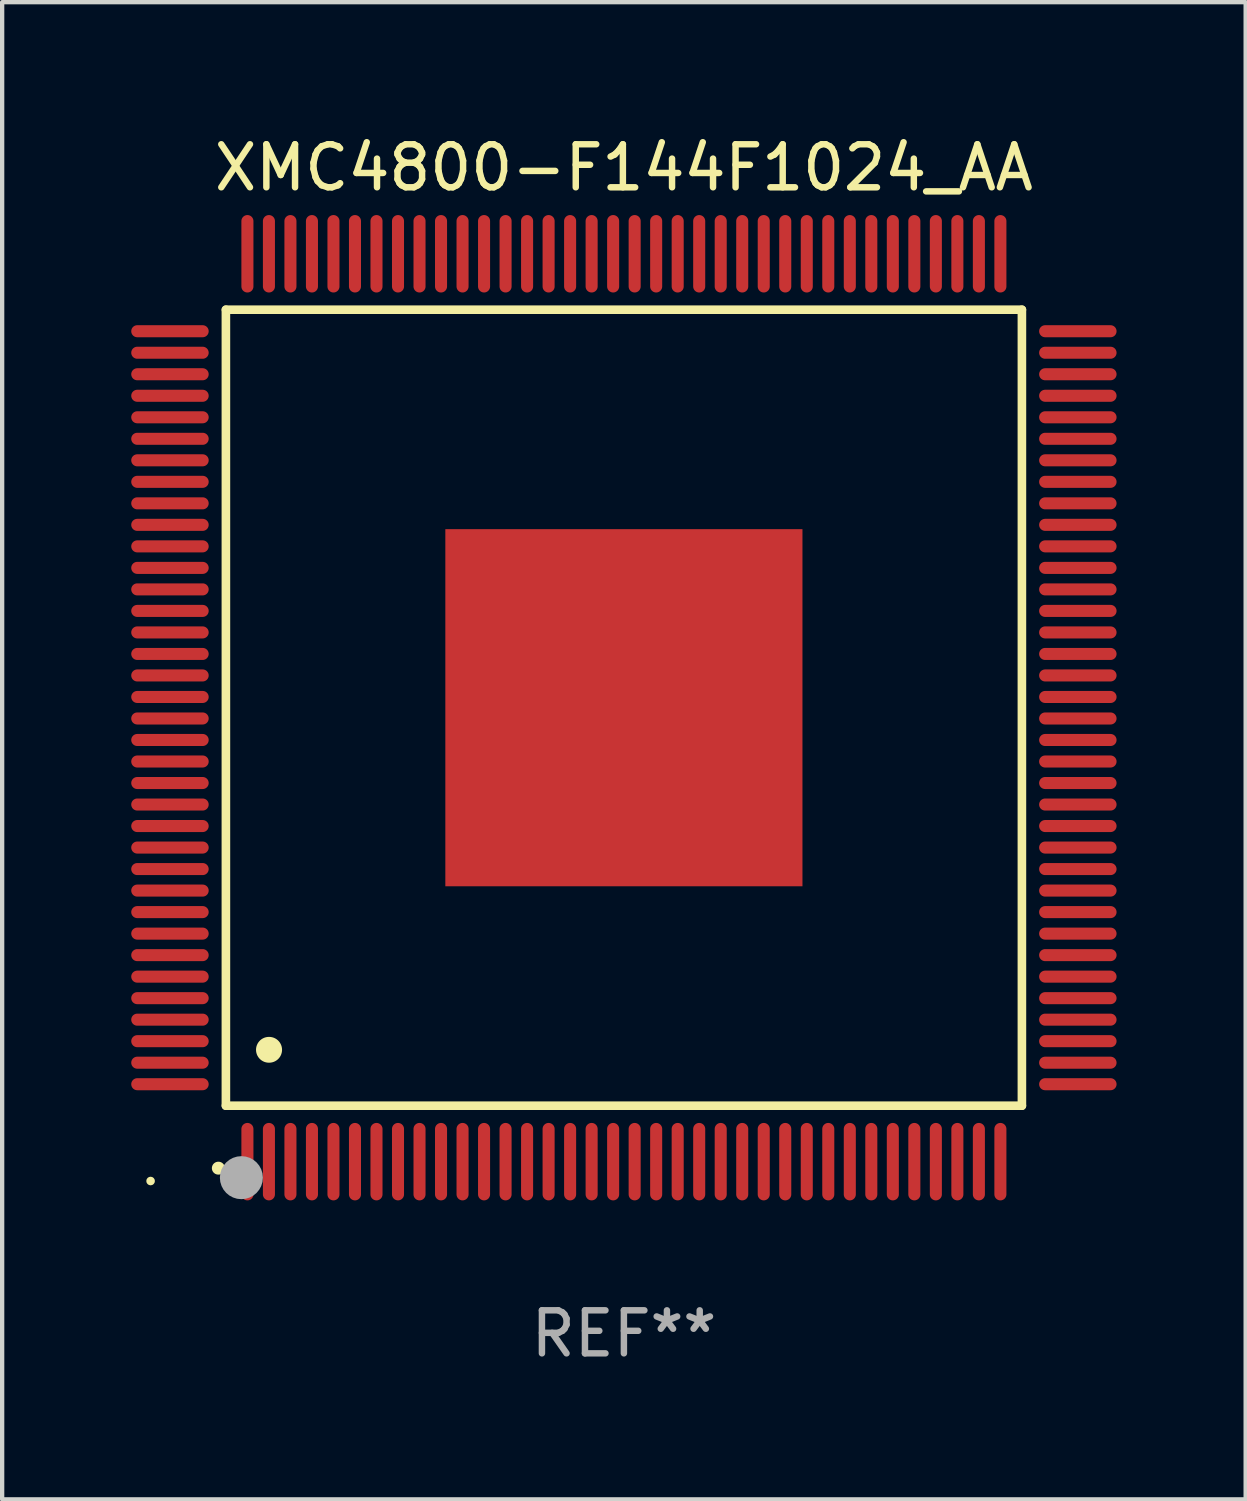
<source format=kicad_pcb>
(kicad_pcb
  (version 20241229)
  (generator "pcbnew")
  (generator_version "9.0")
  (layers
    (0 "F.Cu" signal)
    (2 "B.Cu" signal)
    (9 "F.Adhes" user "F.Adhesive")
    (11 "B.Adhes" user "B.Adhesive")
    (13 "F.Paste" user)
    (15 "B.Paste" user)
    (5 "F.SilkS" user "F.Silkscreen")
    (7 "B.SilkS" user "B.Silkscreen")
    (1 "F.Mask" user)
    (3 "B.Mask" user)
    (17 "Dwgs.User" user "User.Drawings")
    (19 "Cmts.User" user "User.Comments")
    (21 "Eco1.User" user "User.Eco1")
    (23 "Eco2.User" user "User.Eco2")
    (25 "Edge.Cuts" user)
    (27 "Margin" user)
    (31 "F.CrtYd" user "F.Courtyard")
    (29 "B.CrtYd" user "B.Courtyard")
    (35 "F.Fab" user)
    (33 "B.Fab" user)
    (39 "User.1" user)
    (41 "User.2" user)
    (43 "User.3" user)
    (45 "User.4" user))
  (footprint "XMC4800-F144F1024_AA"
    (layer "F.Cu")
    (at 11.45 13.398)
    (property "Reference" "XMC4800-F144F1024_AA" (at 0 -12.55 0) (layer "F.SilkS") (effects (font (size 1 1) (thickness 0.15))))
    (attr through_hole)
    (fp_line (start -9.25 -9.25) (end 9.25 -9.25) (stroke (width 0.2) (type solid)) (layer "F.SilkS"))
    (fp_line (start -9.25 9.25) (end -9.25 -9.25) (stroke (width 0.2) (type solid)) (layer "F.SilkS"))
    (fp_line (start 9.25 -9.25) (end 9.25 9.25) (stroke (width 0.2) (type solid)) (layer "F.SilkS"))
    (fp_line (start 9.25 9.25) (end -9.25 9.25) (stroke (width 0.2) (type solid)) (layer "F.SilkS"))
    (fp_arc (start -9.425959 10.701041) (mid -9.424689 10.701036) (end -9.423419 10.701041) (stroke (width 0.3) (type solid)) (layer "F.SilkS"))
    (fp_arc (start -8.249936 7.950216) (mid -8.247396 7.950205) (end -8.244856 7.950216) (stroke (width 0.6) (type solid)) (layer "F.SilkS"))
    (fp_circle (center -11 11) (end -10.95 11) (stroke (width 0.1) (type solid)) (fill no) (layer "F.SilkS"))
    (fp_circle (center -8.89 10.922) (end -8.64 10.922) (stroke (width 0.5) (type solid)) (fill no) (layer "F.Fab"))
    (fp_text user "REF**" (at 0 14.55 0) (layer "F.Fab") (effects (font (size 1 1) (thickness 0.15))))
    (pad "1" smd oval (at -8.75 10.55) (size 0.28 1.8) (layers "F.Cu" "F.Mask" "F.Paste"))
    (pad "2" smd oval (at -8.25 10.55) (size 0.28 1.8) (layers "F.Cu" "F.Mask" "F.Paste"))
    (pad "3" smd oval (at -7.75 10.55) (size 0.28 1.8) (layers "F.Cu" "F.Mask" "F.Paste"))
    (pad "4" smd oval (at -7.25 10.55) (size 0.28 1.8) (layers "F.Cu" "F.Mask" "F.Paste"))
    (pad "5" smd oval (at -6.75 10.55) (size 0.28 1.8) (layers "F.Cu" "F.Mask" "F.Paste"))
    (pad "6" smd oval (at -6.25 10.55) (size 0.28 1.8) (layers "F.Cu" "F.Mask" "F.Paste"))
    (pad "7" smd oval (at -5.75 10.55) (size 0.28 1.8) (layers "F.Cu" "F.Mask" "F.Paste"))
    (pad "8" smd oval (at -5.25 10.55) (size 0.28 1.8) (layers "F.Cu" "F.Mask" "F.Paste"))
    (pad "9" smd oval (at -4.75 10.55) (size 0.28 1.8) (layers "F.Cu" "F.Mask" "F.Paste"))
    (pad "10" smd oval (at -4.25 10.55) (size 0.28 1.8) (layers "F.Cu" "F.Mask" "F.Paste"))
    (pad "11" smd oval (at -3.75 10.55) (size 0.28 1.8) (layers "F.Cu" "F.Mask" "F.Paste"))
    (pad "12" smd oval (at -3.25 10.55) (size 0.28 1.8) (layers "F.Cu" "F.Mask" "F.Paste"))
    (pad "13" smd oval (at -2.75 10.55) (size 0.28 1.8) (layers "F.Cu" "F.Mask" "F.Paste"))
    (pad "14" smd oval (at -2.25 10.55) (size 0.28 1.8) (layers "F.Cu" "F.Mask" "F.Paste"))
    (pad "15" smd oval (at -1.75 10.55) (size 0.28 1.8) (layers "F.Cu" "F.Mask" "F.Paste"))
    (pad "16" smd oval (at -1.25 10.55) (size 0.28 1.8) (layers "F.Cu" "F.Mask" "F.Paste"))
    (pad "17" smd oval (at -0.75 10.55) (size 0.28 1.8) (layers "F.Cu" "F.Mask" "F.Paste"))
    (pad "18" smd oval (at -0.25 10.55) (size 0.28 1.8) (layers "F.Cu" "F.Mask" "F.Paste"))
    (pad "19" smd oval (at 0.25 10.55) (size 0.28 1.8) (layers "F.Cu" "F.Mask" "F.Paste"))
    (pad "20" smd oval (at 0.75 10.55) (size 0.28 1.8) (layers "F.Cu" "F.Mask" "F.Paste"))
    (pad "21" smd oval (at 1.25 10.55) (size 0.28 1.8) (layers "F.Cu" "F.Mask" "F.Paste"))
    (pad "22" smd oval (at 1.75 10.55) (size 0.28 1.8) (layers "F.Cu" "F.Mask" "F.Paste"))
    (pad "23" smd oval (at 2.25 10.55) (size 0.28 1.8) (layers "F.Cu" "F.Mask" "F.Paste"))
    (pad "24" smd oval (at 2.75 10.55) (size 0.28 1.8) (layers "F.Cu" "F.Mask" "F.Paste"))
    (pad "25" smd oval (at 3.25 10.55) (size 0.28 1.8) (layers "F.Cu" "F.Mask" "F.Paste"))
    (pad "26" smd oval (at 3.75 10.55) (size 0.28 1.8) (layers "F.Cu" "F.Mask" "F.Paste"))
    (pad "27" smd oval (at 4.25 10.55) (size 0.28 1.8) (layers "F.Cu" "F.Mask" "F.Paste"))
    (pad "28" smd oval (at 4.75 10.55) (size 0.28 1.8) (layers "F.Cu" "F.Mask" "F.Paste"))
    (pad "29" smd oval (at 5.25 10.55) (size 0.28 1.8) (layers "F.Cu" "F.Mask" "F.Paste"))
    (pad "30" smd oval (at 5.75 10.55) (size 0.28 1.8) (layers "F.Cu" "F.Mask" "F.Paste"))
    (pad "31" smd oval (at 6.25 10.55) (size 0.28 1.8) (layers "F.Cu" "F.Mask" "F.Paste"))
    (pad "32" smd oval (at 6.75 10.55) (size 0.28 1.8) (layers "F.Cu" "F.Mask" "F.Paste"))
    (pad "33" smd oval (at 7.25 10.55) (size 0.28 1.8) (layers "F.Cu" "F.Mask" "F.Paste"))
    (pad "34" smd oval (at 7.75 10.55) (size 0.28 1.8) (layers "F.Cu" "F.Mask" "F.Paste"))
    (pad "35" smd oval (at 8.25 10.55) (size 0.28 1.8) (layers "F.Cu" "F.Mask" "F.Paste"))
    (pad "36" smd oval (at 8.75 10.55) (size 0.28 1.8) (layers "F.Cu" "F.Mask" "F.Paste"))
    (pad "37" smd oval (at 10.55 8.75) (size 1.8 0.28) (layers "F.Cu" "F.Mask" "F.Paste"))
    (pad "38" smd oval (at 10.55 8.25) (size 1.8 0.28) (layers "F.Cu" "F.Mask" "F.Paste"))
    (pad "39" smd oval (at 10.55 7.75) (size 1.8 0.28) (layers "F.Cu" "F.Mask" "F.Paste"))
    (pad "40" smd oval (at 10.55 7.25) (size 1.8 0.28) (layers "F.Cu" "F.Mask" "F.Paste"))
    (pad "41" smd oval (at 10.55 6.75) (size 1.8 0.28) (layers "F.Cu" "F.Mask" "F.Paste"))
    (pad "42" smd oval (at 10.55 6.25) (size 1.8 0.28) (layers "F.Cu" "F.Mask" "F.Paste"))
    (pad "43" smd oval (at 10.55 5.75) (size 1.8 0.28) (layers "F.Cu" "F.Mask" "F.Paste"))
    (pad "44" smd oval (at 10.55 5.25) (size 1.8 0.28) (layers "F.Cu" "F.Mask" "F.Paste"))
    (pad "45" smd oval (at 10.55 4.75) (size 1.8 0.28) (layers "F.Cu" "F.Mask" "F.Paste"))
    (pad "46" smd oval (at 10.55 4.25) (size 1.8 0.28) (layers "F.Cu" "F.Mask" "F.Paste"))
    (pad "47" smd oval (at 10.55 3.75) (size 1.8 0.28) (layers "F.Cu" "F.Mask" "F.Paste"))
    (pad "48" smd oval (at 10.55 3.25) (size 1.8 0.28) (layers "F.Cu" "F.Mask" "F.Paste"))
    (pad "49" smd oval (at 10.55 2.75) (size 1.8 0.28) (layers "F.Cu" "F.Mask" "F.Paste"))
    (pad "50" smd oval (at 10.55 2.25) (size 1.8 0.28) (layers "F.Cu" "F.Mask" "F.Paste"))
    (pad "51" smd oval (at 10.55 1.75) (size 1.8 0.28) (layers "F.Cu" "F.Mask" "F.Paste"))
    (pad "52" smd oval (at 10.55 1.25) (size 1.8 0.28) (layers "F.Cu" "F.Mask" "F.Paste"))
    (pad "53" smd oval (at 10.55 0.75) (size 1.8 0.28) (layers "F.Cu" "F.Mask" "F.Paste"))
    (pad "54" smd oval (at 10.55 0.25) (size 1.8 0.28) (layers "F.Cu" "F.Mask" "F.Paste"))
    (pad "55" smd oval (at 10.55 -0.25) (size 1.8 0.28) (layers "F.Cu" "F.Mask" "F.Paste"))
    (pad "56" smd oval (at 10.55 -0.75) (size 1.8 0.28) (layers "F.Cu" "F.Mask" "F.Paste"))
    (pad "57" smd oval (at 10.55 -1.25) (size 1.8 0.28) (layers "F.Cu" "F.Mask" "F.Paste"))
    (pad "58" smd oval (at 10.55 -1.75) (size 1.8 0.28) (layers "F.Cu" "F.Mask" "F.Paste"))
    (pad "59" smd oval (at 10.55 -2.25) (size 1.8 0.28) (layers "F.Cu" "F.Mask" "F.Paste"))
    (pad "60" smd oval (at 10.55 -2.75) (size 1.8 0.28) (layers "F.Cu" "F.Mask" "F.Paste"))
    (pad "61" smd oval (at 10.55 -3.25) (size 1.8 0.28) (layers "F.Cu" "F.Mask" "F.Paste"))
    (pad "62" smd oval (at 10.55 -3.75) (size 1.8 0.28) (layers "F.Cu" "F.Mask" "F.Paste"))
    (pad "63" smd oval (at 10.55 -4.25) (size 1.8 0.28) (layers "F.Cu" "F.Mask" "F.Paste"))
    (pad "64" smd oval (at 10.55 -4.75) (size 1.8 0.28) (layers "F.Cu" "F.Mask" "F.Paste"))
    (pad "65" smd oval (at 10.55 -5.25) (size 1.8 0.28) (layers "F.Cu" "F.Mask" "F.Paste"))
    (pad "66" smd oval (at 10.55 -5.75) (size 1.8 0.28) (layers "F.Cu" "F.Mask" "F.Paste"))
    (pad "67" smd oval (at 10.55 -6.25) (size 1.8 0.28) (layers "F.Cu" "F.Mask" "F.Paste"))
    (pad "68" smd oval (at 10.55 -6.75) (size 1.8 0.28) (layers "F.Cu" "F.Mask" "F.Paste"))
    (pad "69" smd oval (at 10.55 -7.25) (size 1.8 0.28) (layers "F.Cu" "F.Mask" "F.Paste"))
    (pad "70" smd oval (at 10.55 -7.75) (size 1.8 0.28) (layers "F.Cu" "F.Mask" "F.Paste"))
    (pad "71" smd oval (at 10.55 -8.25) (size 1.8 0.28) (layers "F.Cu" "F.Mask" "F.Paste"))
    (pad "72" smd oval (at 10.55 -8.75) (size 1.8 0.28) (layers "F.Cu" "F.Mask" "F.Paste"))
    (pad "73" smd oval (at 8.75 -10.55) (size 0.28 1.8) (layers "F.Cu" "F.Mask" "F.Paste"))
    (pad "74" smd oval (at 8.25 -10.55) (size 0.28 1.8) (layers "F.Cu" "F.Mask" "F.Paste"))
    (pad "75" smd oval (at 7.75 -10.55) (size 0.28 1.8) (layers "F.Cu" "F.Mask" "F.Paste"))
    (pad "76" smd oval (at 7.25 -10.55) (size 0.28 1.8) (layers "F.Cu" "F.Mask" "F.Paste"))
    (pad "77" smd oval (at 6.75 -10.55) (size 0.28 1.8) (layers "F.Cu" "F.Mask" "F.Paste"))
    (pad "78" smd oval (at 6.25 -10.55) (size 0.28 1.8) (layers "F.Cu" "F.Mask" "F.Paste"))
    (pad "79" smd oval (at 5.75 -10.55) (size 0.28 1.8) (layers "F.Cu" "F.Mask" "F.Paste"))
    (pad "80" smd oval (at 5.25 -10.55) (size 0.28 1.8) (layers "F.Cu" "F.Mask" "F.Paste"))
    (pad "81" smd oval (at 4.75 -10.55) (size 0.28 1.8) (layers "F.Cu" "F.Mask" "F.Paste"))
    (pad "82" smd oval (at 4.25 -10.55) (size 0.28 1.8) (layers "F.Cu" "F.Mask" "F.Paste"))
    (pad "83" smd oval (at 3.75 -10.55) (size 0.28 1.8) (layers "F.Cu" "F.Mask" "F.Paste"))
    (pad "84" smd oval (at 3.25 -10.55) (size 0.28 1.8) (layers "F.Cu" "F.Mask" "F.Paste"))
    (pad "85" smd oval (at 2.75 -10.55) (size 0.28 1.8) (layers "F.Cu" "F.Mask" "F.Paste"))
    (pad "86" smd oval (at 2.25 -10.55) (size 0.28 1.8) (layers "F.Cu" "F.Mask" "F.Paste"))
    (pad "87" smd oval (at 1.75 -10.55) (size 0.28 1.8) (layers "F.Cu" "F.Mask" "F.Paste"))
    (pad "88" smd oval (at 1.25 -10.55) (size 0.28 1.8) (layers "F.Cu" "F.Mask" "F.Paste"))
    (pad "89" smd oval (at 0.75 -10.55) (size 0.28 1.8) (layers "F.Cu" "F.Mask" "F.Paste"))
    (pad "90" smd oval (at 0.25 -10.55) (size 0.28 1.8) (layers "F.Cu" "F.Mask" "F.Paste"))
    (pad "91" smd oval (at -0.25 -10.55) (size 0.28 1.8) (layers "F.Cu" "F.Mask" "F.Paste"))
    (pad "92" smd oval (at -0.75 -10.55) (size 0.28 1.8) (layers "F.Cu" "F.Mask" "F.Paste"))
    (pad "93" smd oval (at -1.25 -10.55) (size 0.28 1.8) (layers "F.Cu" "F.Mask" "F.Paste"))
    (pad "94" smd oval (at -1.75 -10.55) (size 0.28 1.8) (layers "F.Cu" "F.Mask" "F.Paste"))
    (pad "95" smd oval (at -2.25 -10.55) (size 0.28 1.8) (layers "F.Cu" "F.Mask" "F.Paste"))
    (pad "96" smd oval (at -2.75 -10.55) (size 0.28 1.8) (layers "F.Cu" "F.Mask" "F.Paste"))
    (pad "97" smd oval (at -3.25 -10.55) (size 0.28 1.8) (layers "F.Cu" "F.Mask" "F.Paste"))
    (pad "98" smd oval (at -3.75 -10.55) (size 0.28 1.8) (layers "F.Cu" "F.Mask" "F.Paste"))
    (pad "99" smd oval (at -4.25 -10.55) (size 0.28 1.8) (layers "F.Cu" "F.Mask" "F.Paste"))
    (pad "100" smd oval (at -4.75 -10.55) (size 0.28 1.8) (layers "F.Cu" "F.Mask" "F.Paste"))
    (pad "101" smd oval (at -5.25 -10.55) (size 0.28 1.8) (layers "F.Cu" "F.Mask" "F.Paste"))
    (pad "102" smd oval (at -5.75 -10.55) (size 0.28 1.8) (layers "F.Cu" "F.Mask" "F.Paste"))
    (pad "103" smd oval (at -6.25 -10.55) (size 0.28 1.8) (layers "F.Cu" "F.Mask" "F.Paste"))
    (pad "104" smd oval (at -6.75 -10.55) (size 0.28 1.8) (layers "F.Cu" "F.Mask" "F.Paste"))
    (pad "105" smd oval (at -7.25 -10.55) (size 0.28 1.8) (layers "F.Cu" "F.Mask" "F.Paste"))
    (pad "106" smd oval (at -7.75 -10.55) (size 0.28 1.8) (layers "F.Cu" "F.Mask" "F.Paste"))
    (pad "107" smd oval (at -8.25 -10.55) (size 0.28 1.8) (layers "F.Cu" "F.Mask" "F.Paste"))
    (pad "108" smd oval (at -8.75 -10.55) (size 0.28 1.8) (layers "F.Cu" "F.Mask" "F.Paste"))
    (pad "109" smd oval (at -10.55 -8.75) (size 1.8 0.28) (layers "F.Cu" "F.Mask" "F.Paste"))
    (pad "110" smd oval (at -10.55 -8.25) (size 1.8 0.28) (layers "F.Cu" "F.Mask" "F.Paste"))
    (pad "111" smd oval (at -10.55 -7.75) (size 1.8 0.28) (layers "F.Cu" "F.Mask" "F.Paste"))
    (pad "112" smd oval (at -10.55 -7.25) (size 1.8 0.28) (layers "F.Cu" "F.Mask" "F.Paste"))
    (pad "113" smd oval (at -10.55 -6.75) (size 1.8 0.28) (layers "F.Cu" "F.Mask" "F.Paste"))
    (pad "114" smd oval (at -10.55 -6.25) (size 1.8 0.28) (layers "F.Cu" "F.Mask" "F.Paste"))
    (pad "115" smd oval (at -10.55 -5.75) (size 1.8 0.28) (layers "F.Cu" "F.Mask" "F.Paste"))
    (pad "116" smd oval (at -10.55 -5.25) (size 1.8 0.28) (layers "F.Cu" "F.Mask" "F.Paste"))
    (pad "117" smd oval (at -10.55 -4.75) (size 1.8 0.28) (layers "F.Cu" "F.Mask" "F.Paste"))
    (pad "118" smd oval (at -10.55 -4.25) (size 1.8 0.28) (layers "F.Cu" "F.Mask" "F.Paste"))
    (pad "119" smd oval (at -10.55 -3.75) (size 1.8 0.28) (layers "F.Cu" "F.Mask" "F.Paste"))
    (pad "120" smd oval (at -10.55 -3.25) (size 1.8 0.28) (layers "F.Cu" "F.Mask" "F.Paste"))
    (pad "121" smd oval (at -10.55 -2.75) (size 1.8 0.28) (layers "F.Cu" "F.Mask" "F.Paste"))
    (pad "122" smd oval (at -10.55 -2.25) (size 1.8 0.28) (layers "F.Cu" "F.Mask" "F.Paste"))
    (pad "123" smd oval (at -10.55 -1.75) (size 1.8 0.28) (layers "F.Cu" "F.Mask" "F.Paste"))
    (pad "124" smd oval (at -10.55 -1.25) (size 1.8 0.28) (layers "F.Cu" "F.Mask" "F.Paste"))
    (pad "125" smd oval (at -10.55 -0.75) (size 1.8 0.28) (layers "F.Cu" "F.Mask" "F.Paste"))
    (pad "126" smd oval (at -10.55 -0.25) (size 1.8 0.28) (layers "F.Cu" "F.Mask" "F.Paste"))
    (pad "127" smd oval (at -10.55 0.25) (size 1.8 0.28) (layers "F.Cu" "F.Mask" "F.Paste"))
    (pad "128" smd oval (at -10.55 0.75) (size 1.8 0.28) (layers "F.Cu" "F.Mask" "F.Paste"))
    (pad "129" smd oval (at -10.55 1.25) (size 1.8 0.28) (layers "F.Cu" "F.Mask" "F.Paste"))
    (pad "130" smd oval (at -10.55 1.75) (size 1.8 0.28) (layers "F.Cu" "F.Mask" "F.Paste"))
    (pad "131" smd oval (at -10.55 2.25) (size 1.8 0.28) (layers "F.Cu" "F.Mask" "F.Paste"))
    (pad "132" smd oval (at -10.55 2.75) (size 1.8 0.28) (layers "F.Cu" "F.Mask" "F.Paste"))
    (pad "133" smd oval (at -10.55 3.25) (size 1.8 0.28) (layers "F.Cu" "F.Mask" "F.Paste"))
    (pad "134" smd oval (at -10.55 3.75) (size 1.8 0.28) (layers "F.Cu" "F.Mask" "F.Paste"))
    (pad "135" smd oval (at -10.55 4.25) (size 1.8 0.28) (layers "F.Cu" "F.Mask" "F.Paste"))
    (pad "136" smd oval (at -10.55 4.75) (size 1.8 0.28) (layers "F.Cu" "F.Mask" "F.Paste"))
    (pad "137" smd oval (at -10.55 5.25) (size 1.8 0.28) (layers "F.Cu" "F.Mask" "F.Paste"))
    (pad "138" smd oval (at -10.55 5.75) (size 1.8 0.28) (layers "F.Cu" "F.Mask" "F.Paste"))
    (pad "139" smd oval (at -10.55 6.25) (size 1.8 0.28) (layers "F.Cu" "F.Mask" "F.Paste"))
    (pad "140" smd oval (at -10.55 6.75) (size 1.8 0.28) (layers "F.Cu" "F.Mask" "F.Paste"))
    (pad "141" smd oval (at -10.55 7.25) (size 1.8 0.28) (layers "F.Cu" "F.Mask" "F.Paste"))
    (pad "142" smd oval (at -10.55 7.75) (size 1.8 0.28) (layers "F.Cu" "F.Mask" "F.Paste"))
    (pad "143" smd oval (at -10.55 8.25) (size 1.8 0.28) (layers "F.Cu" "F.Mask" "F.Paste"))
    (pad "144" smd oval (at -10.55 8.75) (size 1.8 0.28) (layers "F.Cu" "F.Mask" "F.Paste"))
    (pad "145" smd rect (at 0 0) (size 8.3 8.3) (layers "F.Cu" "F.Mask" "F.Paste")))
  (gr_rect
    (start -3 -3)
    (end 25.9 31.796)
    (stroke (width 0.1) (type default))
    (fill no)
    (layer "Edge.Cuts")))
</source>
